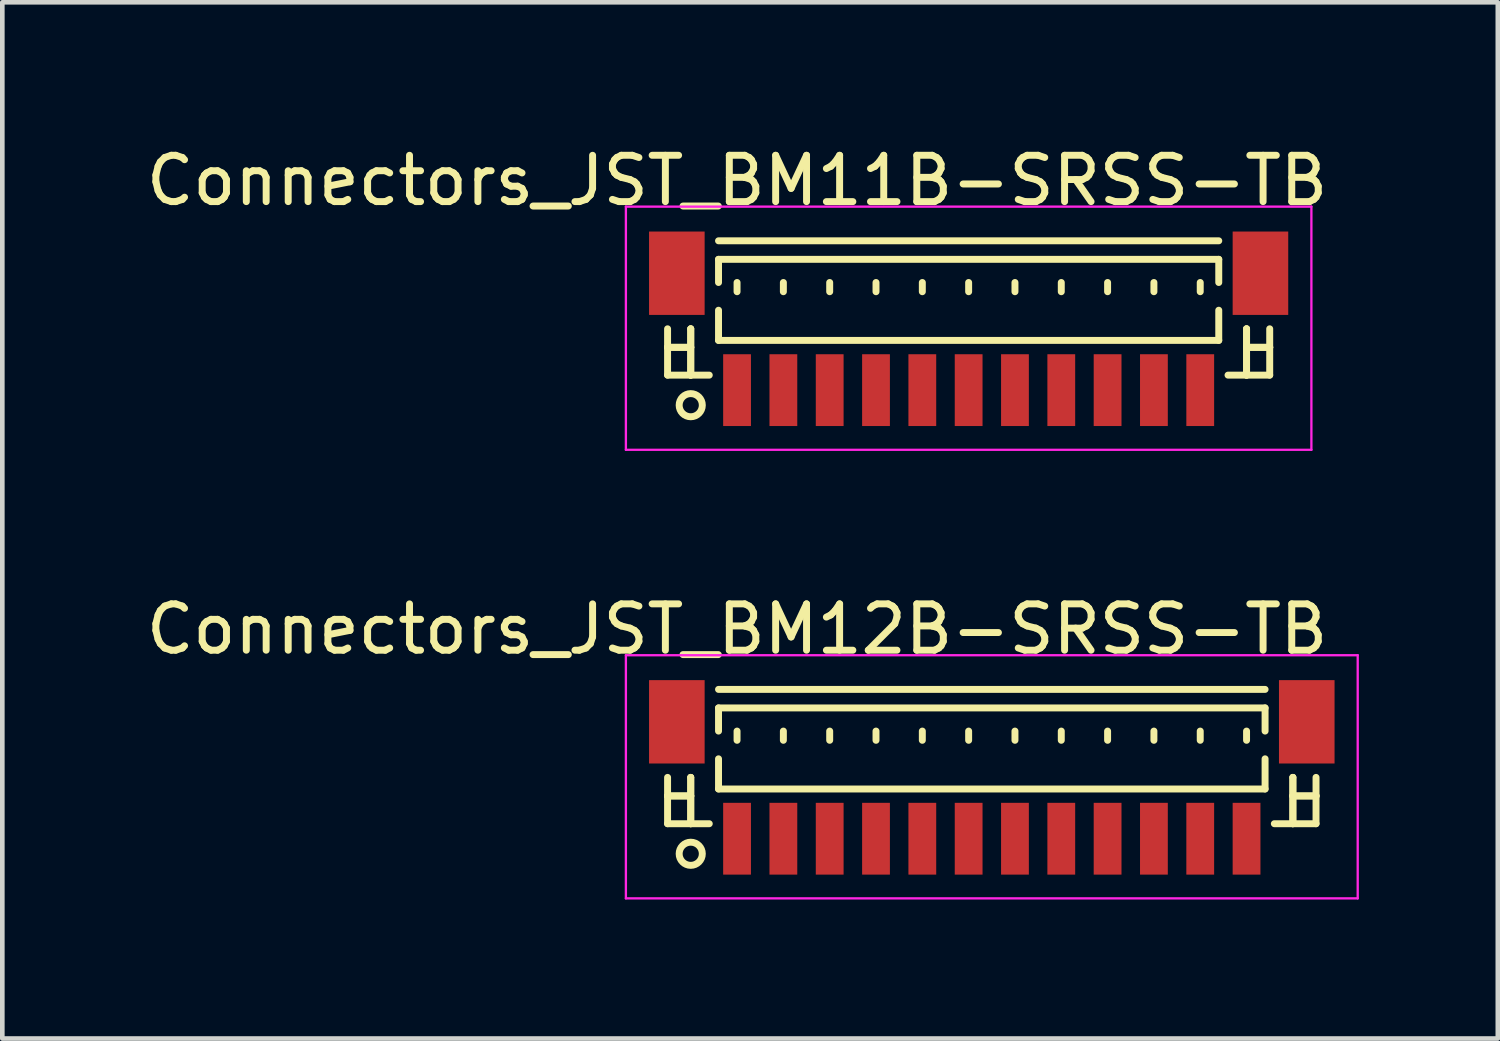
<source format=kicad_pcb>
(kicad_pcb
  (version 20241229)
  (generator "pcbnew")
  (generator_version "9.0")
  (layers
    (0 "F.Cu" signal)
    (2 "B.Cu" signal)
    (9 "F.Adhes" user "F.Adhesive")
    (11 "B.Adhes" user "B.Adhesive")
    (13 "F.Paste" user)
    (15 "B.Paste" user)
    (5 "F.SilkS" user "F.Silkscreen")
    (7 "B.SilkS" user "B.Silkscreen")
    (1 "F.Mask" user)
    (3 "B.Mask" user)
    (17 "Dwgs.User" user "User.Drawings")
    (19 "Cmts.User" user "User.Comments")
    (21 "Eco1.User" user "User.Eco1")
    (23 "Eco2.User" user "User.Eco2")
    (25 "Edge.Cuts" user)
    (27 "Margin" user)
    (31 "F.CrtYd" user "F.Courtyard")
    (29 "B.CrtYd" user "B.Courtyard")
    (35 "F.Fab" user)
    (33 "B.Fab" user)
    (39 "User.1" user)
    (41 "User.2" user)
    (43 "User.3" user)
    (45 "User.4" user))
  (footprint "Connectors_JST_BM12B-SRSS-TB"
    (layer "F.Cu")
    (at 18.363 13.796)
    (property "Reference" "Connectors_JST_BM12B-SRSS-TB" (at -5.5 -3.263 0) (layer "F.SilkS") (effects (font (size 1 1) (thickness 0.15))))
    (attr smd)
    (fp_line (start -7 -0.062) (end -7 0.938) (stroke (width 0.15) (type solid)) (layer "F.SilkS"))
    (fp_line (start -7 0.338) (end -7 0.338) (stroke (width 0.15) (type solid)) (layer "F.SilkS"))
    (fp_line (start -7 0.338) (end -6.5 0.338) (stroke (width 0.15) (type solid)) (layer "F.SilkS"))
    (fp_line (start -7 0.938) (end -6.1 0.938) (stroke (width 0.15) (type solid)) (layer "F.SilkS"))
    (fp_line (start -6.5 -0.062) (end -6.5 -0.062) (stroke (width 0.15) (type solid)) (layer "F.SilkS"))
    (fp_line (start -6.5 -0.062) (end -6.5 0.938) (stroke (width 0.15) (type solid)) (layer "F.SilkS"))
    (fp_line (start -6.5 0.338) (end -7 0.338) (stroke (width 0.15) (type solid)) (layer "F.SilkS"))
    (fp_line (start -6.5 0.338) (end -6.5 0.338) (stroke (width 0.15) (type solid)) (layer "F.SilkS"))
    (fp_line (start -6.5 0.938) (end -6.5 -0.062) (stroke (width 0.15) (type solid)) (layer "F.SilkS"))
    (fp_line (start -6.5 0.938) (end -6.5 0.938) (stroke (width 0.15) (type solid)) (layer "F.SilkS"))
    (fp_line (start -5.9 -1.962) (end 5.9 -1.962) (stroke (width 0.15) (type solid)) (layer "F.SilkS"))
    (fp_line (start -5.9 -1.562) (end 5.9 -1.562) (stroke (width 0.15) (type solid)) (layer "F.SilkS"))
    (fp_line (start -5.9 -1.062) (end -5.9 -1.562) (stroke (width 0.15) (type solid)) (layer "F.SilkS"))
    (fp_line (start -5.9 -0.463) (end -5.9 0.188) (stroke (width 0.15) (type solid)) (layer "F.SilkS"))
    (fp_line (start -5.9 0.188) (end 5.9 0.188) (stroke (width 0.15) (type solid)) (layer "F.SilkS"))
    (fp_line (start -5.5 -1.062) (end -5.5 -0.863) (stroke (width 0.15) (type solid)) (layer "F.SilkS"))
    (fp_line (start -4.5 -1.062) (end -4.5 -0.863) (stroke (width 0.15) (type solid)) (layer "F.SilkS"))
    (fp_line (start -3.5 -1.062) (end -3.5 -0.863) (stroke (width 0.15) (type solid)) (layer "F.SilkS"))
    (fp_line (start -2.5 -1.062) (end -2.5 -0.863) (stroke (width 0.15) (type solid)) (layer "F.SilkS"))
    (fp_line (start -1.5 -1.062) (end -1.5 -0.863) (stroke (width 0.15) (type solid)) (layer "F.SilkS"))
    (fp_line (start -0.5 -1.062) (end -0.5 -0.863) (stroke (width 0.15) (type solid)) (layer "F.SilkS"))
    (fp_line (start 0.5 -1.062) (end 0.5 -0.863) (stroke (width 0.15) (type solid)) (layer "F.SilkS"))
    (fp_line (start 1.5 -1.062) (end 1.5 -0.863) (stroke (width 0.15) (type solid)) (layer "F.SilkS"))
    (fp_line (start 2.5 -1.062) (end 2.5 -0.863) (stroke (width 0.15) (type solid)) (layer "F.SilkS"))
    (fp_line (start 3.5 -1.062) (end 3.5 -0.863) (stroke (width 0.15) (type solid)) (layer "F.SilkS"))
    (fp_line (start 4.5 -1.062) (end 4.5 -0.863) (stroke (width 0.15) (type solid)) (layer "F.SilkS"))
    (fp_line (start 5.5 -1.062) (end 5.5 -0.863) (stroke (width 0.15) (type solid)) (layer "F.SilkS"))
    (fp_line (start 5.9 -1.562) (end 5.9 -1.062) (stroke (width 0.15) (type solid)) (layer "F.SilkS"))
    (fp_line (start 5.9 0.188) (end 5.9 -0.463) (stroke (width 0.15) (type solid)) (layer "F.SilkS"))
    (fp_line (start 6.5 -0.062) (end 6.5 -0.062) (stroke (width 0.15) (type solid)) (layer "F.SilkS"))
    (fp_line (start 6.5 -0.062) (end 6.5 0.938) (stroke (width 0.15) (type solid)) (layer "F.SilkS"))
    (fp_line (start 6.5 0.338) (end 6.5 0.338) (stroke (width 0.15) (type solid)) (layer "F.SilkS"))
    (fp_line (start 6.5 0.338) (end 7 0.338) (stroke (width 0.15) (type solid)) (layer "F.SilkS"))
    (fp_line (start 6.5 0.938) (end 6.5 -0.062) (stroke (width 0.15) (type solid)) (layer "F.SilkS"))
    (fp_line (start 6.5 0.938) (end 6.5 0.938) (stroke (width 0.15) (type solid)) (layer "F.SilkS"))
    (fp_line (start 7 -0.062) (end 7 0.938) (stroke (width 0.15) (type solid)) (layer "F.SilkS"))
    (fp_line (start 7 0.338) (end 6.5 0.338) (stroke (width 0.15) (type solid)) (layer "F.SilkS"))
    (fp_line (start 7 0.338) (end 7 0.338) (stroke (width 0.15) (type solid)) (layer "F.SilkS"))
    (fp_line (start 7 0.938) (end 6.1 0.938) (stroke (width 0.15) (type solid)) (layer "F.SilkS"))
    (fp_circle (center -6.5 1.587) (end -6.25 1.587) (stroke (width 0.15) (type solid)) (fill no) (layer "F.SilkS"))
    (fp_line (start -7.9 -2.7) (end 7.9 -2.7) (stroke (width 0.05) (type solid)) (layer "F.CrtYd"))
    (fp_line (start -7.9 2.55) (end -7.9 -2.7) (stroke (width 0.05) (type solid)) (layer "F.CrtYd"))
    (fp_line (start 7.9 -2.7) (end 7.9 2.55) (stroke (width 0.05) (type solid)) (layer "F.CrtYd"))
    (fp_line (start 7.9 2.55) (end -7.9 2.55) (stroke (width 0.05) (type solid)) (layer "F.CrtYd"))
    (pad "" smd rect (at -6.8 -1.262) (size 1.2 1.8) (layers "F.Cu" "F.Mask" "F.Paste"))
    (pad "" smd rect (at 6.8 -1.262) (size 1.2 1.8) (layers "F.Cu" "F.Mask" "F.Paste"))
    (pad "1" smd rect (at -5.5 1.262) (size 0.6 1.55) (layers "F.Cu" "F.Mask" "F.Paste"))
    (pad "2" smd rect (at -4.5 1.262) (size 0.6 1.55) (layers "F.Cu" "F.Mask" "F.Paste"))
    (pad "3" smd rect (at -3.5 1.262) (size 0.6 1.55) (layers "F.Cu" "F.Mask" "F.Paste"))
    (pad "4" smd rect (at -2.5 1.262) (size 0.6 1.55) (layers "F.Cu" "F.Mask" "F.Paste"))
    (pad "5" smd rect (at -1.5 1.262) (size 0.6 1.55) (layers "F.Cu" "F.Mask" "F.Paste"))
    (pad "6" smd rect (at -0.5 1.262) (size 0.6 1.55) (layers "F.Cu" "F.Mask" "F.Paste"))
    (pad "7" smd rect (at 0.5 1.262) (size 0.6 1.55) (layers "F.Cu" "F.Mask" "F.Paste"))
    (pad "8" smd rect (at 1.5 1.262) (size 0.6 1.55) (layers "F.Cu" "F.Mask" "F.Paste"))
    (pad "9" smd rect (at 2.5 1.262) (size 0.6 1.55) (layers "F.Cu" "F.Mask" "F.Paste"))
    (pad "10" smd rect (at 3.5 1.262) (size 0.6 1.55) (layers "F.Cu" "F.Mask" "F.Paste"))
    (pad "11" smd rect (at 4.5 1.262) (size 0.6 1.55) (layers "F.Cu" "F.Mask" "F.Paste"))
    (pad "12" smd rect (at 5.5 1.262) (size 0.6 1.55) (layers "F.Cu" "F.Mask" "F.Paste")))
  (footprint "Connectors_JST_BM11B-SRSS-TB"
    (layer "F.Cu")
    (at 17.863 4.111)
    (property "Reference" "Connectors_JST_BM11B-SRSS-TB" (at -5 -3.263 0) (layer "F.SilkS") (effects (font (size 1 1) (thickness 0.15))))
    (attr smd)
    (fp_line (start -6.5 -0.062) (end -6.5 0.938) (stroke (width 0.15) (type solid)) (layer "F.SilkS"))
    (fp_line (start -6.5 0.338) (end -6.5 0.338) (stroke (width 0.15) (type solid)) (layer "F.SilkS"))
    (fp_line (start -6.5 0.338) (end -6 0.338) (stroke (width 0.15) (type solid)) (layer "F.SilkS"))
    (fp_line (start -6.5 0.938) (end -5.6 0.938) (stroke (width 0.15) (type solid)) (layer "F.SilkS"))
    (fp_line (start -6 -0.062) (end -6 -0.062) (stroke (width 0.15) (type solid)) (layer "F.SilkS"))
    (fp_line (start -6 -0.062) (end -6 0.938) (stroke (width 0.15) (type solid)) (layer "F.SilkS"))
    (fp_line (start -6 0.338) (end -6.5 0.338) (stroke (width 0.15) (type solid)) (layer "F.SilkS"))
    (fp_line (start -6 0.338) (end -6 0.338) (stroke (width 0.15) (type solid)) (layer "F.SilkS"))
    (fp_line (start -6 0.938) (end -6 -0.062) (stroke (width 0.15) (type solid)) (layer "F.SilkS"))
    (fp_line (start -6 0.938) (end -6 0.938) (stroke (width 0.15) (type solid)) (layer "F.SilkS"))
    (fp_line (start -5.4 -1.962) (end 5.4 -1.962) (stroke (width 0.15) (type solid)) (layer "F.SilkS"))
    (fp_line (start -5.4 -1.562) (end 5.4 -1.562) (stroke (width 0.15) (type solid)) (layer "F.SilkS"))
    (fp_line (start -5.4 -1.062) (end -5.4 -1.562) (stroke (width 0.15) (type solid)) (layer "F.SilkS"))
    (fp_line (start -5.4 -0.463) (end -5.4 0.188) (stroke (width 0.15) (type solid)) (layer "F.SilkS"))
    (fp_line (start -5.4 0.188) (end 5.4 0.188) (stroke (width 0.15) (type solid)) (layer "F.SilkS"))
    (fp_line (start -5 -1.062) (end -5 -0.863) (stroke (width 0.15) (type solid)) (layer "F.SilkS"))
    (fp_line (start -4 -1.062) (end -4 -0.863) (stroke (width 0.15) (type solid)) (layer "F.SilkS"))
    (fp_line (start -3 -1.062) (end -3 -0.863) (stroke (width 0.15) (type solid)) (layer "F.SilkS"))
    (fp_line (start -2 -1.062) (end -2 -0.863) (stroke (width 0.15) (type solid)) (layer "F.SilkS"))
    (fp_line (start -1 -1.062) (end -1 -0.863) (stroke (width 0.15) (type solid)) (layer "F.SilkS"))
    (fp_line (start 0 -1.062) (end 0 -0.863) (stroke (width 0.15) (type solid)) (layer "F.SilkS"))
    (fp_line (start 1 -1.062) (end 1 -0.863) (stroke (width 0.15) (type solid)) (layer "F.SilkS"))
    (fp_line (start 2 -1.062) (end 2 -0.863) (stroke (width 0.15) (type solid)) (layer "F.SilkS"))
    (fp_line (start 3 -1.062) (end 3 -0.863) (stroke (width 0.15) (type solid)) (layer "F.SilkS"))
    (fp_line (start 4 -1.062) (end 4 -0.863) (stroke (width 0.15) (type solid)) (layer "F.SilkS"))
    (fp_line (start 5 -1.062) (end 5 -0.863) (stroke (width 0.15) (type solid)) (layer "F.SilkS"))
    (fp_line (start 5.4 -1.562) (end 5.4 -1.062) (stroke (width 0.15) (type solid)) (layer "F.SilkS"))
    (fp_line (start 5.4 0.188) (end 5.4 -0.463) (stroke (width 0.15) (type solid)) (layer "F.SilkS"))
    (fp_line (start 6 -0.062) (end 6 -0.062) (stroke (width 0.15) (type solid)) (layer "F.SilkS"))
    (fp_line (start 6 -0.062) (end 6 0.938) (stroke (width 0.15) (type solid)) (layer "F.SilkS"))
    (fp_line (start 6 0.338) (end 6 0.338) (stroke (width 0.15) (type solid)) (layer "F.SilkS"))
    (fp_line (start 6 0.338) (end 6.5 0.338) (stroke (width 0.15) (type solid)) (layer "F.SilkS"))
    (fp_line (start 6 0.938) (end 6 -0.062) (stroke (width 0.15) (type solid)) (layer "F.SilkS"))
    (fp_line (start 6 0.938) (end 6 0.938) (stroke (width 0.15) (type solid)) (layer "F.SilkS"))
    (fp_line (start 6.5 -0.062) (end 6.5 0.938) (stroke (width 0.15) (type solid)) (layer "F.SilkS"))
    (fp_line (start 6.5 0.338) (end 6 0.338) (stroke (width 0.15) (type solid)) (layer "F.SilkS"))
    (fp_line (start 6.5 0.338) (end 6.5 0.338) (stroke (width 0.15) (type solid)) (layer "F.SilkS"))
    (fp_line (start 6.5 0.938) (end 5.6 0.938) (stroke (width 0.15) (type solid)) (layer "F.SilkS"))
    (fp_circle (center -6 1.587) (end -5.75 1.587) (stroke (width 0.15) (type solid)) (fill no) (layer "F.SilkS"))
    (fp_line (start -7.4 -2.7) (end 7.4 -2.7) (stroke (width 0.05) (type solid)) (layer "F.CrtYd"))
    (fp_line (start -7.4 2.55) (end -7.4 -2.7) (stroke (width 0.05) (type solid)) (layer "F.CrtYd"))
    (fp_line (start 7.4 -2.7) (end 7.4 2.55) (stroke (width 0.05) (type solid)) (layer "F.CrtYd"))
    (fp_line (start 7.4 2.55) (end -7.4 2.55) (stroke (width 0.05) (type solid)) (layer "F.CrtYd"))
    (pad "" smd rect (at -6.3 -1.262) (size 1.2 1.8) (layers "F.Cu" "F.Mask" "F.Paste"))
    (pad "" smd rect (at 6.3 -1.262) (size 1.2 1.8) (layers "F.Cu" "F.Mask" "F.Paste"))
    (pad "1" smd rect (at -5 1.262) (size 0.6 1.55) (layers "F.Cu" "F.Mask" "F.Paste"))
    (pad "2" smd rect (at -4 1.262) (size 0.6 1.55) (layers "F.Cu" "F.Mask" "F.Paste"))
    (pad "3" smd rect (at -3 1.262) (size 0.6 1.55) (layers "F.Cu" "F.Mask" "F.Paste"))
    (pad "4" smd rect (at -2 1.262) (size 0.6 1.55) (layers "F.Cu" "F.Mask" "F.Paste"))
    (pad "5" smd rect (at -1 1.262) (size 0.6 1.55) (layers "F.Cu" "F.Mask" "F.Paste"))
    (pad "6" smd rect (at 0 1.262) (size 0.6 1.55) (layers "F.Cu" "F.Mask" "F.Paste"))
    (pad "7" smd rect (at 1 1.262) (size 0.6 1.55) (layers "F.Cu" "F.Mask" "F.Paste"))
    (pad "8" smd rect (at 2 1.262) (size 0.6 1.55) (layers "F.Cu" "F.Mask" "F.Paste"))
    (pad "9" smd rect (at 3 1.262) (size 0.6 1.55) (layers "F.Cu" "F.Mask" "F.Paste"))
    (pad "10" smd rect (at 4 1.262) (size 0.6 1.55) (layers "F.Cu" "F.Mask" "F.Paste"))
    (pad "11" smd rect (at 5 1.262) (size 0.6 1.55) (layers "F.Cu" "F.Mask" "F.Paste")))
  (gr_rect
    (start -3 -3)
    (end 29.288 19.372)
    (stroke (width 0.1) (type default))
    (fill no)
    (layer "Edge.Cuts")))
</source>
